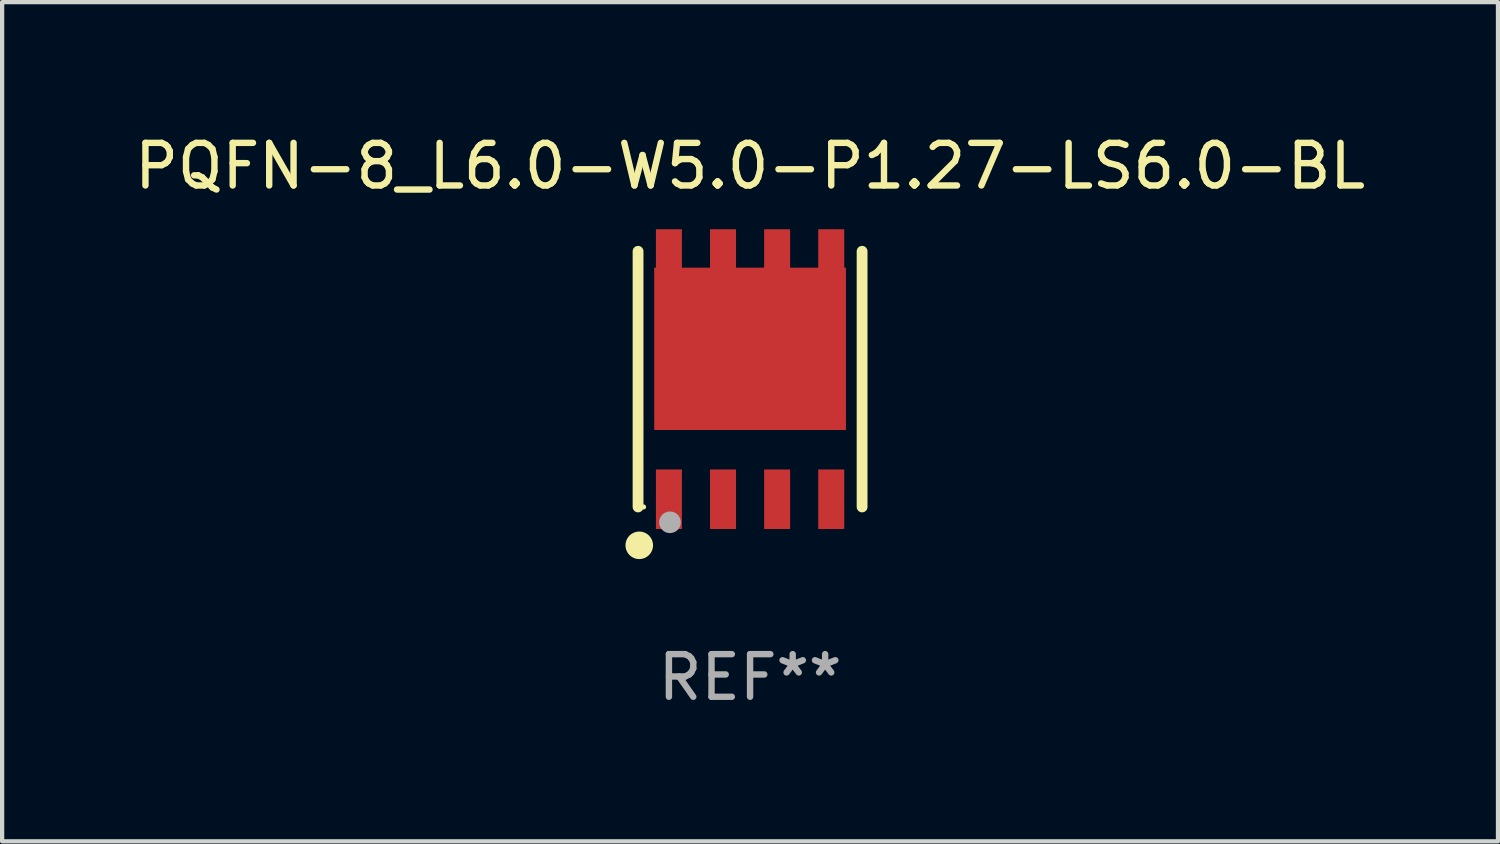
<source format=kicad_pcb>
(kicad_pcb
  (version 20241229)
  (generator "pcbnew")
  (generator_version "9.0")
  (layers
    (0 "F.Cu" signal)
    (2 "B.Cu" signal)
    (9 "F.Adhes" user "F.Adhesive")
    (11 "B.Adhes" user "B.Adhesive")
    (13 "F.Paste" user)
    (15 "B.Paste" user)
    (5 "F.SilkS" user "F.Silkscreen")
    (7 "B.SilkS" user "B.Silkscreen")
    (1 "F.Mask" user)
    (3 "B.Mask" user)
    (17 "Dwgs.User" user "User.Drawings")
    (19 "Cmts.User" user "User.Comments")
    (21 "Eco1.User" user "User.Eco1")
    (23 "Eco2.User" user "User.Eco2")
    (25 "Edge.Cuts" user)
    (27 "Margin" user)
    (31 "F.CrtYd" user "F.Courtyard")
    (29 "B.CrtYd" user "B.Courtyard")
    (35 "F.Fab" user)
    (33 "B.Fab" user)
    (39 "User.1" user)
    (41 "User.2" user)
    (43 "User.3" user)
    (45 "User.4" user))
  (footprint "PQFN-8_L6.0-W5.0-P1.27-LS6.0-BL"
    (layer "F.Cu")
    (at 14.554 5.848)
    (property "Reference" "PQFN-8_L6.0-W5.0-P1.27-LS6.0-BL" (at 0.000025 -5 0) (layer "F.SilkS") (effects (font (size 1 1) (thickness 0.15))))
    (attr smd)
    (fp_line (start -2.629 3) (end -2.629 -3) (stroke (width 0.254) (type solid)) (layer "F.SilkS"))
    (fp_line (start 2.629 3) (end 2.629 -3) (stroke (width 0.254) (type solid)) (layer "F.SilkS"))
    (fp_arc (start -2.47648 3.901473) (mid -2.725392 3.900177) (end -2.476479 3.898984) (stroke (width 0.398781) (type solid)) (layer "F.SilkS"))
    (fp_circle (center -2.5 3) (end -2.47 3) (stroke (width 0.06) (type solid)) (fill no) (layer "F.SilkS"))
    (fp_circle (center -1.88 3.36) (end -1.753 3.36) (stroke (width 0.254) (type solid)) (fill no) (layer "F.Fab"))
    (fp_text user "REF**" (at 0.000025 7 0) (layer "F.Fab") (effects (font (size 1 1) (thickness 0.15))))
    (pad "1" smd rect (at -1.905 2.819) (size 0.61 1.397) (layers "F.Cu" "F.Mask" "F.Paste"))
    (pad "2" smd rect (at -0.635 2.819) (size 0.61 1.397) (layers "F.Cu" "F.Mask" "F.Paste"))
    (pad "3" smd rect (at 0.635 2.819) (size 0.61 1.397) (layers "F.Cu" "F.Mask" "F.Paste"))
    (pad "4" smd rect (at 1.905 2.819) (size 0.61 1.397) (layers "F.Cu" "F.Mask" "F.Paste"))
    (pad "5" smd rect (at 1.905 -2.819) (size 0.61 1.397) (layers "F.Cu" "F.Mask" "F.Paste"))
    (pad "6" smd rect (at 0.635 -2.819) (size 0.61 1.397) (layers "F.Cu" "F.Mask" "F.Paste"))
    (pad "7" smd rect (at -0.635 -2.819) (size 0.61 1.397) (layers "F.Cu" "F.Mask" "F.Paste"))
    (pad "8" smd rect (at -1.905 -2.819) (size 0.61 1.397) (layers "F.Cu" "F.Mask" "F.Paste"))
    (pad "9" smd rect (at 0 -0.711 90) (size 3.81 4.5) (layers "F.Cu" "F.Mask" "F.Paste")))
  (gr_rect
    (start -3 -3)
    (end 32.107 16.696)
    (stroke (width 0.1) (type default))
    (fill no)
    (layer "Edge.Cuts")))
</source>
